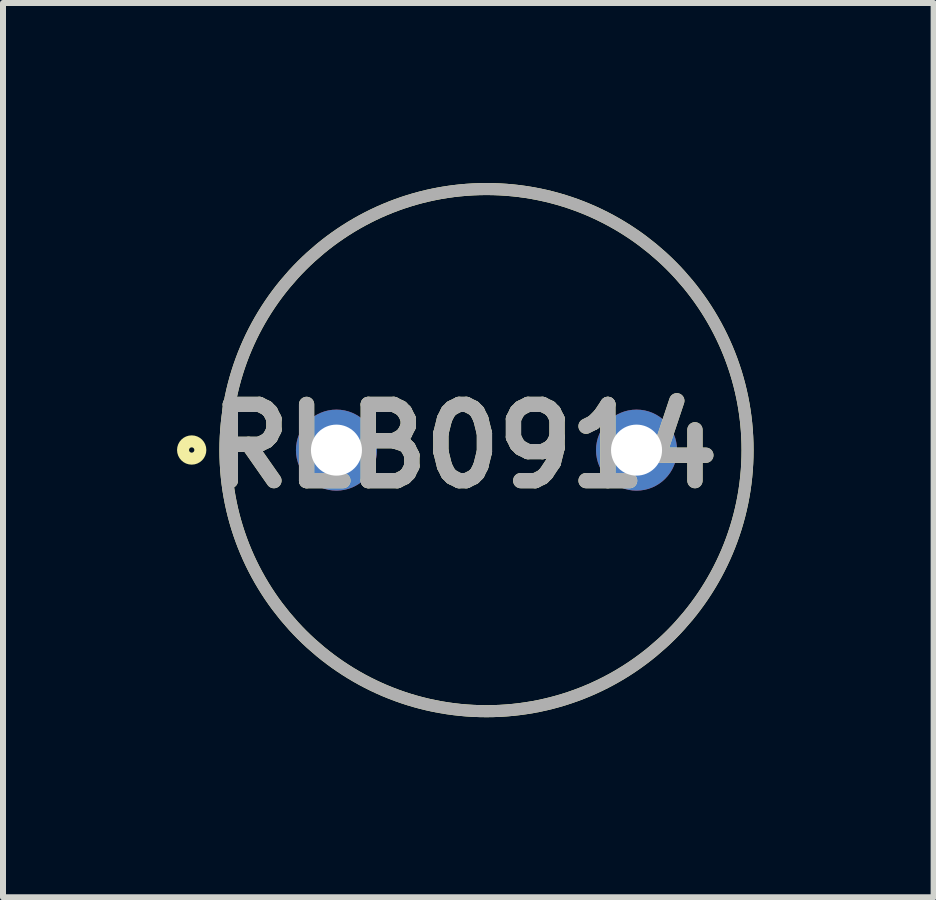
<source format=kicad_pcb>
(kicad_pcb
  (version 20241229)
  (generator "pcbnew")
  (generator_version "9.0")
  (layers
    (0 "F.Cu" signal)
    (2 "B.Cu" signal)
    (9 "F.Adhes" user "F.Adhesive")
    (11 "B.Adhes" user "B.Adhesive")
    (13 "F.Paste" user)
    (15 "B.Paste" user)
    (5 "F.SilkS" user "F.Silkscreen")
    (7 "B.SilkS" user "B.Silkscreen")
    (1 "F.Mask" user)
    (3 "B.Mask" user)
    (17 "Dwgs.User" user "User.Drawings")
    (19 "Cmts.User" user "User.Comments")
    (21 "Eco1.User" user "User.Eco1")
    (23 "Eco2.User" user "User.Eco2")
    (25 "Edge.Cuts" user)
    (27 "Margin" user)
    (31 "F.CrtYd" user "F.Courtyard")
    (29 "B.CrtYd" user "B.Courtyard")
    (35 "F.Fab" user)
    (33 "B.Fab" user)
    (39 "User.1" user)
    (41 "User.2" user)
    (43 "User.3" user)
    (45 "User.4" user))
  (footprint "RLB0914"
    (layer "F.Cu")
    (at 5.056 4.45)
    (property "Reference" "RLB0914" (at -0.367 -0.066 0) (layer "F.SilkS") (effects (font (size 1.27 1.27) (thickness 0.254))))
    (attr through_hole)
    (fp_circle (center -4.912 -0.002) (end -4.912 0.042) (stroke (width 0.2) (type solid)) (fill no) (layer "F.SilkS"))
    (fp_circle (center 0 0) (end 0 4.35) (stroke (width 0.2) (type solid)) (fill no) (layer "F.SilkS"))
    (fp_circle (center 0 0) (end 0 4.35) (stroke (width 0.2) (type solid)) (fill no) (layer "F.Fab"))
    (fp_text user "${REFERENCE}" (at -0.367 -0.066 0) (layer "F.Fab") (effects (font (size 1.27 1.27) (thickness 0.254))))
    (pad "1" thru_hole circle (at -2.5 0) (size 1.35 1.35) (drill 0.85) (layers "*.Cu" "*.Mask"))
    (pad "2" thru_hole circle (at 2.5 0) (size 1.35 1.35) (drill 0.85) (layers "*.Cu" "*.Mask")))
  (gr_rect
    (start -3 -3)
    (end 12.506 11.9)
    (stroke (width 0.1) (type default))
    (fill no)
    (layer "Edge.Cuts")))
</source>
